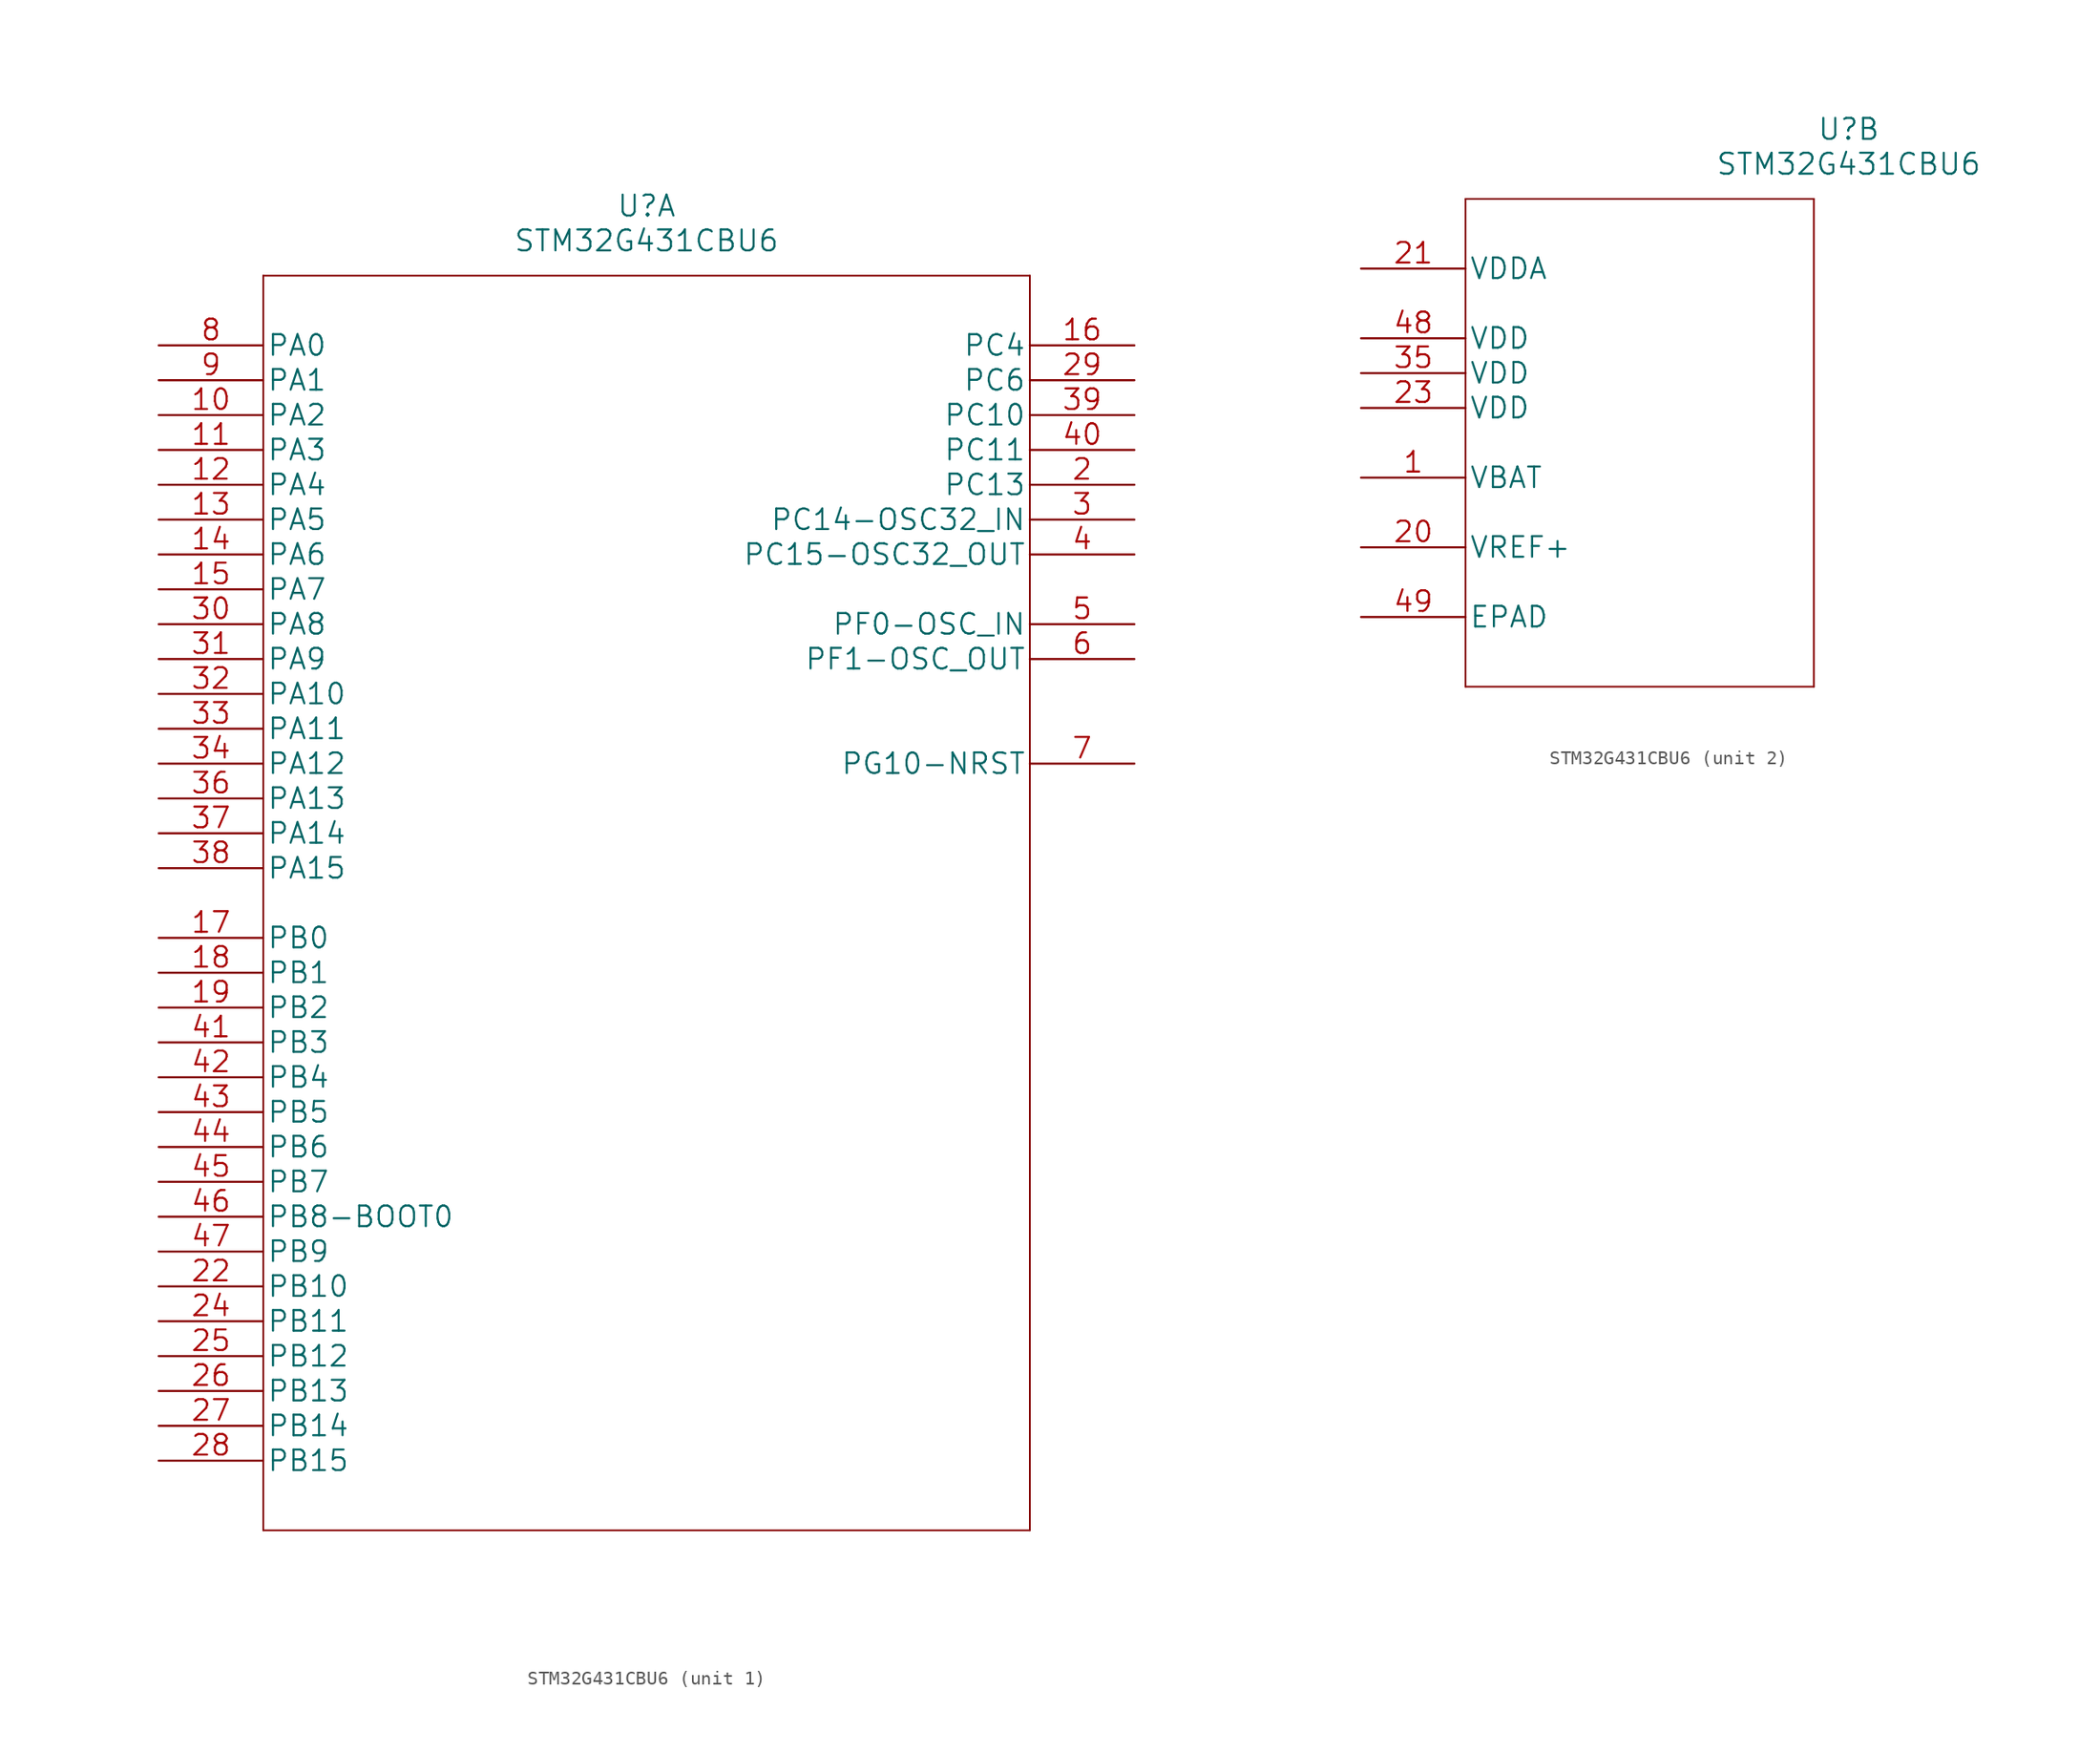
<source format=kicad_sym>
(kicad_symbol_lib
  (version 20211014)
  (generator kicad_symbol_editor)
  (symbol "STM32G431CBU6"
    (pin_names
      (offset 0.254))
    (property "Reference" "U"
      (at 35.56 10.16 0)
      (effects (font (size 1.524 1.524))))
    (property "Value" "STM32G431CBU6"
      (at 35.56 7.62 0)
      (effects (font (size 1.524 1.524))))
    (property "Datasheet" ""
      (at 0 0 0)
      (effects (font (size 1.524 1.524))))
    (symbol "STM32G431CBU6_1_1"
      (polyline (pts (xy 7.62 -86.36) (xy 63.5 -86.36)) (stroke (width 0.127) (type default) (color 0 0 0 0)) (fill (type none)))
      (polyline (pts (xy 7.62 5.08) (xy 7.62 -86.36)) (stroke (width 0.127) (type default) (color 0 0 0 0)) (fill (type none)))
      (polyline (pts (xy 63.5 -86.36) (xy 63.5 5.08)) (stroke (width 0.127) (type default) (color 0 0 0 0)) (fill (type none)))
      (polyline (pts (xy 63.5 5.08) (xy 7.62 5.08)) (stroke (width 0.127) (type default) (color 0 0 0 0)) (fill (type none)))
      (pin bidirectional line (at 0 -5.08 0) (length 7.62) (name "PA2" (effects (font (size 1.499 1.499)))) (number "10" (effects (font (size 1.499 1.499)))))
      (pin bidirectional line (at 0 -7.62 0) (length 7.62) (name "PA3" (effects (font (size 1.499 1.499)))) (number "11" (effects (font (size 1.499 1.499)))))
      (pin bidirectional line (at 0 -10.16 0) (length 7.62) (name "PA4" (effects (font (size 1.499 1.499)))) (number "12" (effects (font (size 1.499 1.499)))))
      (pin bidirectional line (at 0 -12.7 0) (length 7.62) (name "PA5" (effects (font (size 1.499 1.499)))) (number "13" (effects (font (size 1.499 1.499)))))
      (pin bidirectional line (at 0 -15.24 0) (length 7.62) (name "PA6" (effects (font (size 1.499 1.499)))) (number "14" (effects (font (size 1.499 1.499)))))
      (pin bidirectional line (at 0 -17.78 0) (length 7.62) (name "PA7" (effects (font (size 1.499 1.499)))) (number "15" (effects (font (size 1.499 1.499)))))
      (pin bidirectional line (at 71.12 0 180) (length 7.62) (name "PC4" (effects (font (size 1.499 1.499)))) (number "16" (effects (font (size 1.499 1.499)))))
      (pin bidirectional line (at 0 -43.18 0) (length 7.62) (name "PB0" (effects (font (size 1.499 1.499)))) (number "17" (effects (font (size 1.499 1.499)))))
      (pin bidirectional line (at 0 -45.72 0) (length 7.62) (name "PB1" (effects (font (size 1.499 1.499)))) (number "18" (effects (font (size 1.499 1.499)))))
      (pin bidirectional line (at 0 -48.26 0) (length 7.62) (name "PB2" (effects (font (size 1.499 1.499)))) (number "19" (effects (font (size 1.499 1.499)))))
      (pin bidirectional line (at 71.12 -10.16 180) (length 7.62) (name "PC13" (effects (font (size 1.499 1.499)))) (number "2" (effects (font (size 1.499 1.499)))))
      (pin bidirectional line (at 0 -68.58 0) (length 7.62) (name "PB10" (effects (font (size 1.499 1.499)))) (number "22" (effects (font (size 1.499 1.499)))))
      (pin bidirectional line (at 0 -71.12 0) (length 7.62) (name "PB11" (effects (font (size 1.499 1.499)))) (number "24" (effects (font (size 1.499 1.499)))))
      (pin bidirectional line (at 0 -73.66 0) (length 7.62) (name "PB12" (effects (font (size 1.499 1.499)))) (number "25" (effects (font (size 1.499 1.499)))))
      (pin bidirectional line (at 0 -76.2 0) (length 7.62) (name "PB13" (effects (font (size 1.499 1.499)))) (number "26" (effects (font (size 1.499 1.499)))))
      (pin bidirectional line (at 0 -78.74 0) (length 7.62) (name "PB14" (effects (font (size 1.499 1.499)))) (number "27" (effects (font (size 1.499 1.499)))))
      (pin bidirectional line (at 0 -81.28 0) (length 7.62) (name "PB15" (effects (font (size 1.499 1.499)))) (number "28" (effects (font (size 1.499 1.499)))))
      (pin bidirectional line (at 71.12 -2.54 180) (length 7.62) (name "PC6" (effects (font (size 1.499 1.499)))) (number "29" (effects (font (size 1.499 1.499)))))
      (pin bidirectional line (at 71.12 -12.7 180) (length 7.62) (name "PC14-OSC32_IN" (effects (font (size 1.499 1.499)))) (number "3" (effects (font (size 1.499 1.499)))))
      (pin bidirectional line (at 0 -20.32 0) (length 7.62) (name "PA8" (effects (font (size 1.499 1.499)))) (number "30" (effects (font (size 1.499 1.499)))))
      (pin bidirectional line (at 0 -22.86 0) (length 7.62) (name "PA9" (effects (font (size 1.499 1.499)))) (number "31" (effects (font (size 1.499 1.499)))))
      (pin bidirectional line (at 0 -25.4 0) (length 7.62) (name "PA10" (effects (font (size 1.499 1.499)))) (number "32" (effects (font (size 1.499 1.499)))))
      (pin bidirectional line (at 0 -27.94 0) (length 7.62) (name "PA11" (effects (font (size 1.499 1.499)))) (number "33" (effects (font (size 1.499 1.499)))))
      (pin bidirectional line (at 0 -30.48 0) (length 7.62) (name "PA12" (effects (font (size 1.499 1.499)))) (number "34" (effects (font (size 1.499 1.499)))))
      (pin bidirectional line (at 0 -33.02 0) (length 7.62) (name "PA13" (effects (font (size 1.499 1.499)))) (number "36" (effects (font (size 1.499 1.499)))))
      (pin bidirectional line (at 0 -35.56 0) (length 7.62) (name "PA14" (effects (font (size 1.499 1.499)))) (number "37" (effects (font (size 1.499 1.499)))))
      (pin bidirectional line (at 0 -38.1 0) (length 7.62) (name "PA15" (effects (font (size 1.499 1.499)))) (number "38" (effects (font (size 1.499 1.499)))))
      (pin bidirectional line (at 71.12 -5.08 180) (length 7.62) (name "PC10" (effects (font (size 1.499 1.499)))) (number "39" (effects (font (size 1.499 1.499)))))
      (pin bidirectional line (at 71.12 -15.24 180) (length 7.62) (name "PC15-OSC32_OUT" (effects (font (size 1.499 1.499)))) (number "4" (effects (font (size 1.499 1.499)))))
      (pin bidirectional line (at 71.12 -7.62 180) (length 7.62) (name "PC11" (effects (font (size 1.499 1.499)))) (number "40" (effects (font (size 1.499 1.499)))))
      (pin bidirectional line (at 0 -50.8 0) (length 7.62) (name "PB3" (effects (font (size 1.499 1.499)))) (number "41" (effects (font (size 1.499 1.499)))))
      (pin bidirectional line (at 0 -53.34 0) (length 7.62) (name "PB4" (effects (font (size 1.499 1.499)))) (number "42" (effects (font (size 1.499 1.499)))))
      (pin bidirectional line (at 0 -55.88 0) (length 7.62) (name "PB5" (effects (font (size 1.499 1.499)))) (number "43" (effects (font (size 1.499 1.499)))))
      (pin bidirectional line (at 0 -58.42 0) (length 7.62) (name "PB6" (effects (font (size 1.499 1.499)))) (number "44" (effects (font (size 1.499 1.499)))))
      (pin bidirectional line (at 0 -60.96 0) (length 7.62) (name "PB7" (effects (font (size 1.499 1.499)))) (number "45" (effects (font (size 1.499 1.499)))))
      (pin bidirectional line (at 0 -63.5 0) (length 7.62) (name "PB8-BOOT0" (effects (font (size 1.499 1.499)))) (number "46" (effects (font (size 1.499 1.499)))))
      (pin bidirectional line (at 0 -66.04 0) (length 7.62) (name "PB9" (effects (font (size 1.499 1.499)))) (number "47" (effects (font (size 1.499 1.499)))))
      (pin bidirectional line (at 71.12 -20.32 180) (length 7.62) (name "PF0-OSC_IN" (effects (font (size 1.499 1.499)))) (number "5" (effects (font (size 1.499 1.499)))))
      (pin bidirectional line (at 71.12 -22.86 180) (length 7.62) (name "PF1-OSC_OUT" (effects (font (size 1.499 1.499)))) (number "6" (effects (font (size 1.499 1.499)))))
      (pin bidirectional line (at 71.12 -30.48 180) (length 7.62) (name "PG10-NRST" (effects (font (size 1.499 1.499)))) (number "7" (effects (font (size 1.499 1.499)))))
      (pin bidirectional line (at 0 0 0) (length 7.62) (name "PA0" (effects (font (size 1.499 1.499)))) (number "8" (effects (font (size 1.499 1.499)))))
      (pin bidirectional line (at 0 -2.54 0) (length 7.62) (name "PA1" (effects (font (size 1.499 1.499)))) (number "9" (effects (font (size 1.499 1.499))))))
    (symbol "STM32G431CBU6_2_1"
      (polyline (pts (xy 7.62 -30.48) (xy 33.02 -30.48)) (stroke (width 0.127) (type default) (color 0 0 0 0)) (fill (type none)))
      (polyline (pts (xy 7.62 5.08) (xy 7.62 -30.48)) (stroke (width 0.127) (type default) (color 0 0 0 0)) (fill (type none)))
      (polyline (pts (xy 33.02 -30.48) (xy 33.02 5.08)) (stroke (width 0.127) (type default) (color 0 0 0 0)) (fill (type none)))
      (polyline (pts (xy 33.02 5.08) (xy 7.62 5.08)) (stroke (width 0.127) (type default) (color 0 0 0 0)) (fill (type none)))
      (pin power_in line (at 0 -15.24 0) (length 7.62) (name "VBAT" (effects (font (size 1.499 1.499)))) (number "1" (effects (font (size 1.499 1.499)))))
      (pin power_in line (at 0 -20.32 0) (length 7.62) (name "VREF+" (effects (font (size 1.499 1.499)))) (number "20" (effects (font (size 1.499 1.499)))))
      (pin power_in line (at 0 0 0) (length 7.62) (name "VDDA" (effects (font (size 1.499 1.499)))) (number "21" (effects (font (size 1.499 1.499)))))
      (pin power_in line (at 0 -10.16 0) (length 7.62) (name "VDD" (effects (font (size 1.499 1.499)))) (number "23" (effects (font (size 1.499 1.499)))))
      (pin power_in line (at 0 -7.62 0) (length 7.62) (name "VDD" (effects (font (size 1.499 1.499)))) (number "35" (effects (font (size 1.499 1.499)))))
      (pin power_in line (at 0 -5.08 0) (length 7.62) (name "VDD" (effects (font (size 1.499 1.499)))) (number "48" (effects (font (size 1.499 1.499)))))
      (pin power_in line (at 0 -25.4 0) (length 7.62) (name "EPAD" (effects (font (size 1.499 1.499)))) (number "49" (effects (font (size 1.499 1.499))))))))
</source>
